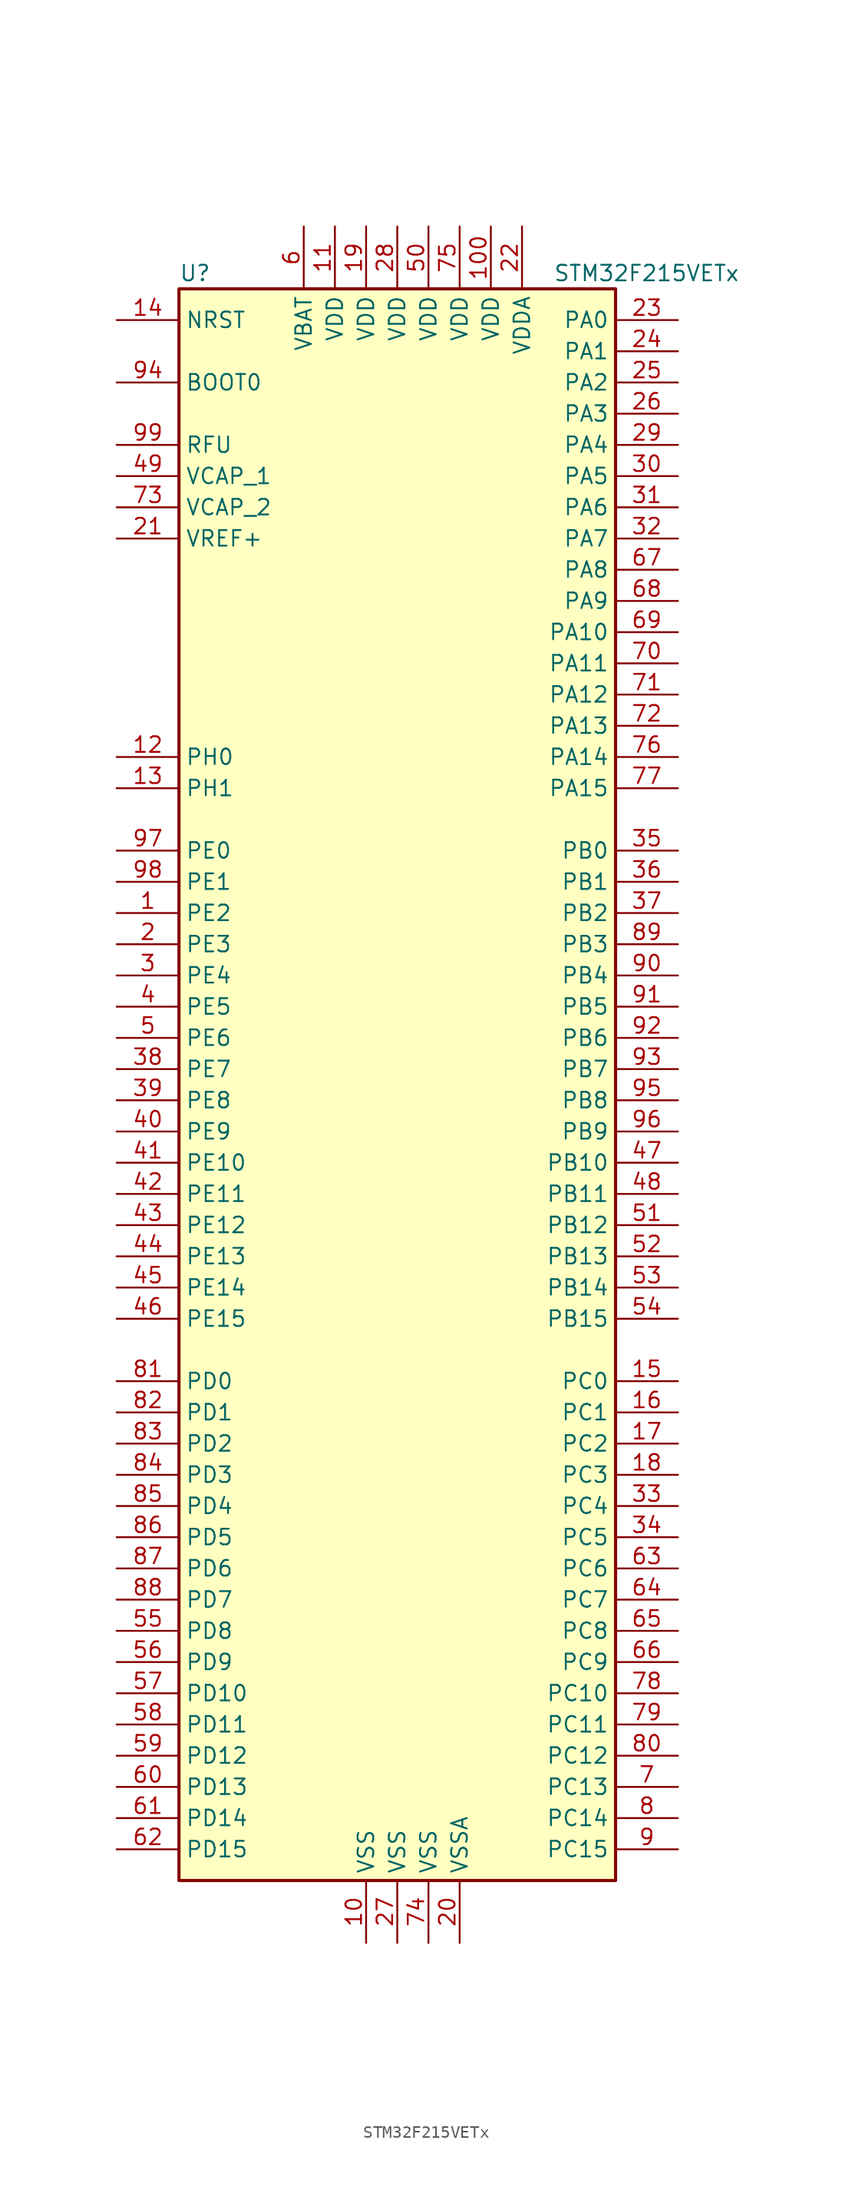
<source format=kicad_sym>
(kicad_symbol_lib
  (version 20201005)
  (generator kicad_symbol_editor)
  (symbol "MCU_ST_STM32F2:STM32F215VETx"
    (property "Reference" "U"
      (at -17.78 64.77 0)
      (effects (font (size 1.27 1.27)) (justify left)))
    (property "Value" "STM32F215VETx"
      (at 12.7 64.77 0)
      (effects (font (size 1.27 1.27)) (justify left)))
    (symbol "STM32F215VETx_0_1"
      (rectangle (start -17.78 -66.04) (end 17.78 63.5) (stroke (width 0.254)) (fill (type background))))
    (symbol "STM32F215VETx_1_1"
      (pin input line (at -22.86 55.88 0) (length 5.08) (name "BOOT0" (effects (font (size 1.27 1.27)))) (number "94" (effects (font (size 1.27 1.27)))))
      (pin input line (at -22.86 60.96 0) (length 5.08) (name "NRST" (effects (font (size 1.27 1.27)))) (number "14" (effects (font (size 1.27 1.27)))))
      (pin bidirectional line (at 22.86 60.96 180) (length 5.08) (name "PA0" (effects (font (size 1.27 1.27)))) (number "23" (effects (font (size 1.27 1.27)))))
      (pin bidirectional line (at 22.86 58.42 180) (length 5.08) (name "PA1" (effects (font (size 1.27 1.27)))) (number "24" (effects (font (size 1.27 1.27)))))
      (pin bidirectional line (at 22.86 35.56 180) (length 5.08) (name "PA10" (effects (font (size 1.27 1.27)))) (number "69" (effects (font (size 1.27 1.27)))))
      (pin bidirectional line (at 22.86 33.02 180) (length 5.08) (name "PA11" (effects (font (size 1.27 1.27)))) (number "70" (effects (font (size 1.27 1.27)))))
      (pin bidirectional line (at 22.86 30.48 180) (length 5.08) (name "PA12" (effects (font (size 1.27 1.27)))) (number "71" (effects (font (size 1.27 1.27)))))
      (pin bidirectional line (at 22.86 27.94 180) (length 5.08) (name "PA13" (effects (font (size 1.27 1.27)))) (number "72" (effects (font (size 1.27 1.27)))))
      (pin bidirectional line (at 22.86 25.4 180) (length 5.08) (name "PA14" (effects (font (size 1.27 1.27)))) (number "76" (effects (font (size 1.27 1.27)))))
      (pin bidirectional line (at 22.86 22.86 180) (length 5.08) (name "PA15" (effects (font (size 1.27 1.27)))) (number "77" (effects (font (size 1.27 1.27)))))
      (pin bidirectional line (at 22.86 55.88 180) (length 5.08) (name "PA2" (effects (font (size 1.27 1.27)))) (number "25" (effects (font (size 1.27 1.27)))))
      (pin bidirectional line (at 22.86 53.34 180) (length 5.08) (name "PA3" (effects (font (size 1.27 1.27)))) (number "26" (effects (font (size 1.27 1.27)))))
      (pin bidirectional line (at 22.86 50.8 180) (length 5.08) (name "PA4" (effects (font (size 1.27 1.27)))) (number "29" (effects (font (size 1.27 1.27)))))
      (pin bidirectional line (at 22.86 48.26 180) (length 5.08) (name "PA5" (effects (font (size 1.27 1.27)))) (number "30" (effects (font (size 1.27 1.27)))))
      (pin bidirectional line (at 22.86 45.72 180) (length 5.08) (name "PA6" (effects (font (size 1.27 1.27)))) (number "31" (effects (font (size 1.27 1.27)))))
      (pin bidirectional line (at 22.86 43.18 180) (length 5.08) (name "PA7" (effects (font (size 1.27 1.27)))) (number "32" (effects (font (size 1.27 1.27)))))
      (pin bidirectional line (at 22.86 40.64 180) (length 5.08) (name "PA8" (effects (font (size 1.27 1.27)))) (number "67" (effects (font (size 1.27 1.27)))))
      (pin bidirectional line (at 22.86 38.1 180) (length 5.08) (name "PA9" (effects (font (size 1.27 1.27)))) (number "68" (effects (font (size 1.27 1.27)))))
      (pin bidirectional line (at 22.86 17.78 180) (length 5.08) (name "PB0" (effects (font (size 1.27 1.27)))) (number "35" (effects (font (size 1.27 1.27)))))
      (pin bidirectional line (at 22.86 15.24 180) (length 5.08) (name "PB1" (effects (font (size 1.27 1.27)))) (number "36" (effects (font (size 1.27 1.27)))))
      (pin bidirectional line (at 22.86 -7.62 180) (length 5.08) (name "PB10" (effects (font (size 1.27 1.27)))) (number "47" (effects (font (size 1.27 1.27)))))
      (pin bidirectional line (at 22.86 -10.16 180) (length 5.08) (name "PB11" (effects (font (size 1.27 1.27)))) (number "48" (effects (font (size 1.27 1.27)))))
      (pin bidirectional line (at 22.86 -12.7 180) (length 5.08) (name "PB12" (effects (font (size 1.27 1.27)))) (number "51" (effects (font (size 1.27 1.27)))))
      (pin bidirectional line (at 22.86 -15.24 180) (length 5.08) (name "PB13" (effects (font (size 1.27 1.27)))) (number "52" (effects (font (size 1.27 1.27)))))
      (pin bidirectional line (at 22.86 -17.78 180) (length 5.08) (name "PB14" (effects (font (size 1.27 1.27)))) (number "53" (effects (font (size 1.27 1.27)))))
      (pin bidirectional line (at 22.86 -20.32 180) (length 5.08) (name "PB15" (effects (font (size 1.27 1.27)))) (number "54" (effects (font (size 1.27 1.27)))))
      (pin bidirectional line (at 22.86 12.7 180) (length 5.08) (name "PB2" (effects (font (size 1.27 1.27)))) (number "37" (effects (font (size 1.27 1.27)))))
      (pin bidirectional line (at 22.86 10.16 180) (length 5.08) (name "PB3" (effects (font (size 1.27 1.27)))) (number "89" (effects (font (size 1.27 1.27)))))
      (pin bidirectional line (at 22.86 7.62 180) (length 5.08) (name "PB4" (effects (font (size 1.27 1.27)))) (number "90" (effects (font (size 1.27 1.27)))))
      (pin bidirectional line (at 22.86 5.08 180) (length 5.08) (name "PB5" (effects (font (size 1.27 1.27)))) (number "91" (effects (font (size 1.27 1.27)))))
      (pin bidirectional line (at 22.86 2.54 180) (length 5.08) (name "PB6" (effects (font (size 1.27 1.27)))) (number "92" (effects (font (size 1.27 1.27)))))
      (pin bidirectional line (at 22.86 0 180) (length 5.08) (name "PB7" (effects (font (size 1.27 1.27)))) (number "93" (effects (font (size 1.27 1.27)))))
      (pin bidirectional line (at 22.86 -2.54 180) (length 5.08) (name "PB8" (effects (font (size 1.27 1.27)))) (number "95" (effects (font (size 1.27 1.27)))))
      (pin bidirectional line (at 22.86 -5.08 180) (length 5.08) (name "PB9" (effects (font (size 1.27 1.27)))) (number "96" (effects (font (size 1.27 1.27)))))
      (pin bidirectional line (at 22.86 -25.4 180) (length 5.08) (name "PC0" (effects (font (size 1.27 1.27)))) (number "15" (effects (font (size 1.27 1.27)))))
      (pin bidirectional line (at 22.86 -27.94 180) (length 5.08) (name "PC1" (effects (font (size 1.27 1.27)))) (number "16" (effects (font (size 1.27 1.27)))))
      (pin bidirectional line (at 22.86 -50.8 180) (length 5.08) (name "PC10" (effects (font (size 1.27 1.27)))) (number "78" (effects (font (size 1.27 1.27)))))
      (pin bidirectional line (at 22.86 -53.34 180) (length 5.08) (name "PC11" (effects (font (size 1.27 1.27)))) (number "79" (effects (font (size 1.27 1.27)))))
      (pin bidirectional line (at 22.86 -55.88 180) (length 5.08) (name "PC12" (effects (font (size 1.27 1.27)))) (number "80" (effects (font (size 1.27 1.27)))))
      (pin bidirectional line (at 22.86 -58.42 180) (length 5.08) (name "PC13" (effects (font (size 1.27 1.27)))) (number "7" (effects (font (size 1.27 1.27)))))
      (pin bidirectional line (at 22.86 -60.96 180) (length 5.08) (name "PC14" (effects (font (size 1.27 1.27)))) (number "8" (effects (font (size 1.27 1.27)))))
      (pin bidirectional line (at 22.86 -63.5 180) (length 5.08) (name "PC15" (effects (font (size 1.27 1.27)))) (number "9" (effects (font (size 1.27 1.27)))))
      (pin bidirectional line (at 22.86 -30.48 180) (length 5.08) (name "PC2" (effects (font (size 1.27 1.27)))) (number "17" (effects (font (size 1.27 1.27)))))
      (pin bidirectional line (at 22.86 -33.02 180) (length 5.08) (name "PC3" (effects (font (size 1.27 1.27)))) (number "18" (effects (font (size 1.27 1.27)))))
      (pin bidirectional line (at 22.86 -35.56 180) (length 5.08) (name "PC4" (effects (font (size 1.27 1.27)))) (number "33" (effects (font (size 1.27 1.27)))))
      (pin bidirectional line (at 22.86 -38.1 180) (length 5.08) (name "PC5" (effects (font (size 1.27 1.27)))) (number "34" (effects (font (size 1.27 1.27)))))
      (pin bidirectional line (at 22.86 -40.64 180) (length 5.08) (name "PC6" (effects (font (size 1.27 1.27)))) (number "63" (effects (font (size 1.27 1.27)))))
      (pin bidirectional line (at 22.86 -43.18 180) (length 5.08) (name "PC7" (effects (font (size 1.27 1.27)))) (number "64" (effects (font (size 1.27 1.27)))))
      (pin bidirectional line (at 22.86 -45.72 180) (length 5.08) (name "PC8" (effects (font (size 1.27 1.27)))) (number "65" (effects (font (size 1.27 1.27)))))
      (pin bidirectional line (at 22.86 -48.26 180) (length 5.08) (name "PC9" (effects (font (size 1.27 1.27)))) (number "66" (effects (font (size 1.27 1.27)))))
      (pin bidirectional line (at -22.86 -25.4 0) (length 5.08) (name "PD0" (effects (font (size 1.27 1.27)))) (number "81" (effects (font (size 1.27 1.27)))))
      (pin bidirectional line (at -22.86 -27.94 0) (length 5.08) (name "PD1" (effects (font (size 1.27 1.27)))) (number "82" (effects (font (size 1.27 1.27)))))
      (pin bidirectional line (at -22.86 -50.8 0) (length 5.08) (name "PD10" (effects (font (size 1.27 1.27)))) (number "57" (effects (font (size 1.27 1.27)))))
      (pin bidirectional line (at -22.86 -53.34 0) (length 5.08) (name "PD11" (effects (font (size 1.27 1.27)))) (number "58" (effects (font (size 1.27 1.27)))))
      (pin bidirectional line (at -22.86 -55.88 0) (length 5.08) (name "PD12" (effects (font (size 1.27 1.27)))) (number "59" (effects (font (size 1.27 1.27)))))
      (pin bidirectional line (at -22.86 -58.42 0) (length 5.08) (name "PD13" (effects (font (size 1.27 1.27)))) (number "60" (effects (font (size 1.27 1.27)))))
      (pin bidirectional line (at -22.86 -60.96 0) (length 5.08) (name "PD14" (effects (font (size 1.27 1.27)))) (number "61" (effects (font (size 1.27 1.27)))))
      (pin bidirectional line (at -22.86 -63.5 0) (length 5.08) (name "PD15" (effects (font (size 1.27 1.27)))) (number "62" (effects (font (size 1.27 1.27)))))
      (pin bidirectional line (at -22.86 -30.48 0) (length 5.08) (name "PD2" (effects (font (size 1.27 1.27)))) (number "83" (effects (font (size 1.27 1.27)))))
      (pin bidirectional line (at -22.86 -33.02 0) (length 5.08) (name "PD3" (effects (font (size 1.27 1.27)))) (number "84" (effects (font (size 1.27 1.27)))))
      (pin bidirectional line (at -22.86 -35.56 0) (length 5.08) (name "PD4" (effects (font (size 1.27 1.27)))) (number "85" (effects (font (size 1.27 1.27)))))
      (pin bidirectional line (at -22.86 -38.1 0) (length 5.08) (name "PD5" (effects (font (size 1.27 1.27)))) (number "86" (effects (font (size 1.27 1.27)))))
      (pin bidirectional line (at -22.86 -40.64 0) (length 5.08) (name "PD6" (effects (font (size 1.27 1.27)))) (number "87" (effects (font (size 1.27 1.27)))))
      (pin bidirectional line (at -22.86 -43.18 0) (length 5.08) (name "PD7" (effects (font (size 1.27 1.27)))) (number "88" (effects (font (size 1.27 1.27)))))
      (pin bidirectional line (at -22.86 -45.72 0) (length 5.08) (name "PD8" (effects (font (size 1.27 1.27)))) (number "55" (effects (font (size 1.27 1.27)))))
      (pin bidirectional line (at -22.86 -48.26 0) (length 5.08) (name "PD9" (effects (font (size 1.27 1.27)))) (number "56" (effects (font (size 1.27 1.27)))))
      (pin bidirectional line (at -22.86 17.78 0) (length 5.08) (name "PE0" (effects (font (size 1.27 1.27)))) (number "97" (effects (font (size 1.27 1.27)))))
      (pin bidirectional line (at -22.86 15.24 0) (length 5.08) (name "PE1" (effects (font (size 1.27 1.27)))) (number "98" (effects (font (size 1.27 1.27)))))
      (pin bidirectional line (at -22.86 -7.62 0) (length 5.08) (name "PE10" (effects (font (size 1.27 1.27)))) (number "41" (effects (font (size 1.27 1.27)))))
      (pin bidirectional line (at -22.86 -10.16 0) (length 5.08) (name "PE11" (effects (font (size 1.27 1.27)))) (number "42" (effects (font (size 1.27 1.27)))))
      (pin bidirectional line (at -22.86 -12.7 0) (length 5.08) (name "PE12" (effects (font (size 1.27 1.27)))) (number "43" (effects (font (size 1.27 1.27)))))
      (pin bidirectional line (at -22.86 -15.24 0) (length 5.08) (name "PE13" (effects (font (size 1.27 1.27)))) (number "44" (effects (font (size 1.27 1.27)))))
      (pin bidirectional line (at -22.86 -17.78 0) (length 5.08) (name "PE14" (effects (font (size 1.27 1.27)))) (number "45" (effects (font (size 1.27 1.27)))))
      (pin bidirectional line (at -22.86 -20.32 0) (length 5.08) (name "PE15" (effects (font (size 1.27 1.27)))) (number "46" (effects (font (size 1.27 1.27)))))
      (pin bidirectional line (at -22.86 12.7 0) (length 5.08) (name "PE2" (effects (font (size 1.27 1.27)))) (number "1" (effects (font (size 1.27 1.27)))))
      (pin bidirectional line (at -22.86 10.16 0) (length 5.08) (name "PE3" (effects (font (size 1.27 1.27)))) (number "2" (effects (font (size 1.27 1.27)))))
      (pin bidirectional line (at -22.86 7.62 0) (length 5.08) (name "PE4" (effects (font (size 1.27 1.27)))) (number "3" (effects (font (size 1.27 1.27)))))
      (pin bidirectional line (at -22.86 5.08 0) (length 5.08) (name "PE5" (effects (font (size 1.27 1.27)))) (number "4" (effects (font (size 1.27 1.27)))))
      (pin bidirectional line (at -22.86 2.54 0) (length 5.08) (name "PE6" (effects (font (size 1.27 1.27)))) (number "5" (effects (font (size 1.27 1.27)))))
      (pin bidirectional line (at -22.86 0 0) (length 5.08) (name "PE7" (effects (font (size 1.27 1.27)))) (number "38" (effects (font (size 1.27 1.27)))))
      (pin bidirectional line (at -22.86 -2.54 0) (length 5.08) (name "PE8" (effects (font (size 1.27 1.27)))) (number "39" (effects (font (size 1.27 1.27)))))
      (pin bidirectional line (at -22.86 -5.08 0) (length 5.08) (name "PE9" (effects (font (size 1.27 1.27)))) (number "40" (effects (font (size 1.27 1.27)))))
      (pin input line (at -22.86 25.4 0) (length 5.08) (name "PH0" (effects (font (size 1.27 1.27)))) (number "12" (effects (font (size 1.27 1.27)))))
      (pin input line (at -22.86 22.86 0) (length 5.08) (name "PH1" (effects (font (size 1.27 1.27)))) (number "13" (effects (font (size 1.27 1.27)))))
      (pin power_in line (at -22.86 50.8 0) (length 5.08) (name "RFU" (effects (font (size 1.27 1.27)))) (number "99" (effects (font (size 1.27 1.27)))))
      (pin power_in line (at -7.62 68.58 270) (length 5.08) (name "VBAT" (effects (font (size 1.27 1.27)))) (number "6" (effects (font (size 1.27 1.27)))))
      (pin power_in line (at -22.86 48.26 0) (length 5.08) (name "VCAP_1" (effects (font (size 1.27 1.27)))) (number "49" (effects (font (size 1.27 1.27)))))
      (pin power_in line (at -22.86 45.72 0) (length 5.08) (name "VCAP_2" (effects (font (size 1.27 1.27)))) (number "73" (effects (font (size 1.27 1.27)))))
      (pin power_in line (at 7.62 68.58 270) (length 5.08) (name "VDD" (effects (font (size 1.27 1.27)))) (number "100" (effects (font (size 1.27 1.27)))))
      (pin power_in line (at -5.08 68.58 270) (length 5.08) (name "VDD" (effects (font (size 1.27 1.27)))) (number "11" (effects (font (size 1.27 1.27)))))
      (pin power_in line (at -2.54 68.58 270) (length 5.08) (name "VDD" (effects (font (size 1.27 1.27)))) (number "19" (effects (font (size 1.27 1.27)))))
      (pin power_in line (at 0 68.58 270) (length 5.08) (name "VDD" (effects (font (size 1.27 1.27)))) (number "28" (effects (font (size 1.27 1.27)))))
      (pin power_in line (at 2.54 68.58 270) (length 5.08) (name "VDD" (effects (font (size 1.27 1.27)))) (number "50" (effects (font (size 1.27 1.27)))))
      (pin power_in line (at 5.08 68.58 270) (length 5.08) (name "VDD" (effects (font (size 1.27 1.27)))) (number "75" (effects (font (size 1.27 1.27)))))
      (pin power_in line (at 10.16 68.58 270) (length 5.08) (name "VDDA" (effects (font (size 1.27 1.27)))) (number "22" (effects (font (size 1.27 1.27)))))
      (pin power_in line (at -22.86 43.18 0) (length 5.08) (name "VREF+" (effects (font (size 1.27 1.27)))) (number "21" (effects (font (size 1.27 1.27)))))
      (pin power_in line (at -2.54 -71.12 90) (length 5.08) (name "VSS" (effects (font (size 1.27 1.27)))) (number "10" (effects (font (size 1.27 1.27)))))
      (pin power_in line (at 0 -71.12 90) (length 5.08) (name "VSS" (effects (font (size 1.27 1.27)))) (number "27" (effects (font (size 1.27 1.27)))))
      (pin power_in line (at 2.54 -71.12 90) (length 5.08) (name "VSS" (effects (font (size 1.27 1.27)))) (number "74" (effects (font (size 1.27 1.27)))))
      (pin power_in line (at 5.08 -71.12 90) (length 5.08) (name "VSSA" (effects (font (size 1.27 1.27)))) (number "20" (effects (font (size 1.27 1.27))))))))
</source>
